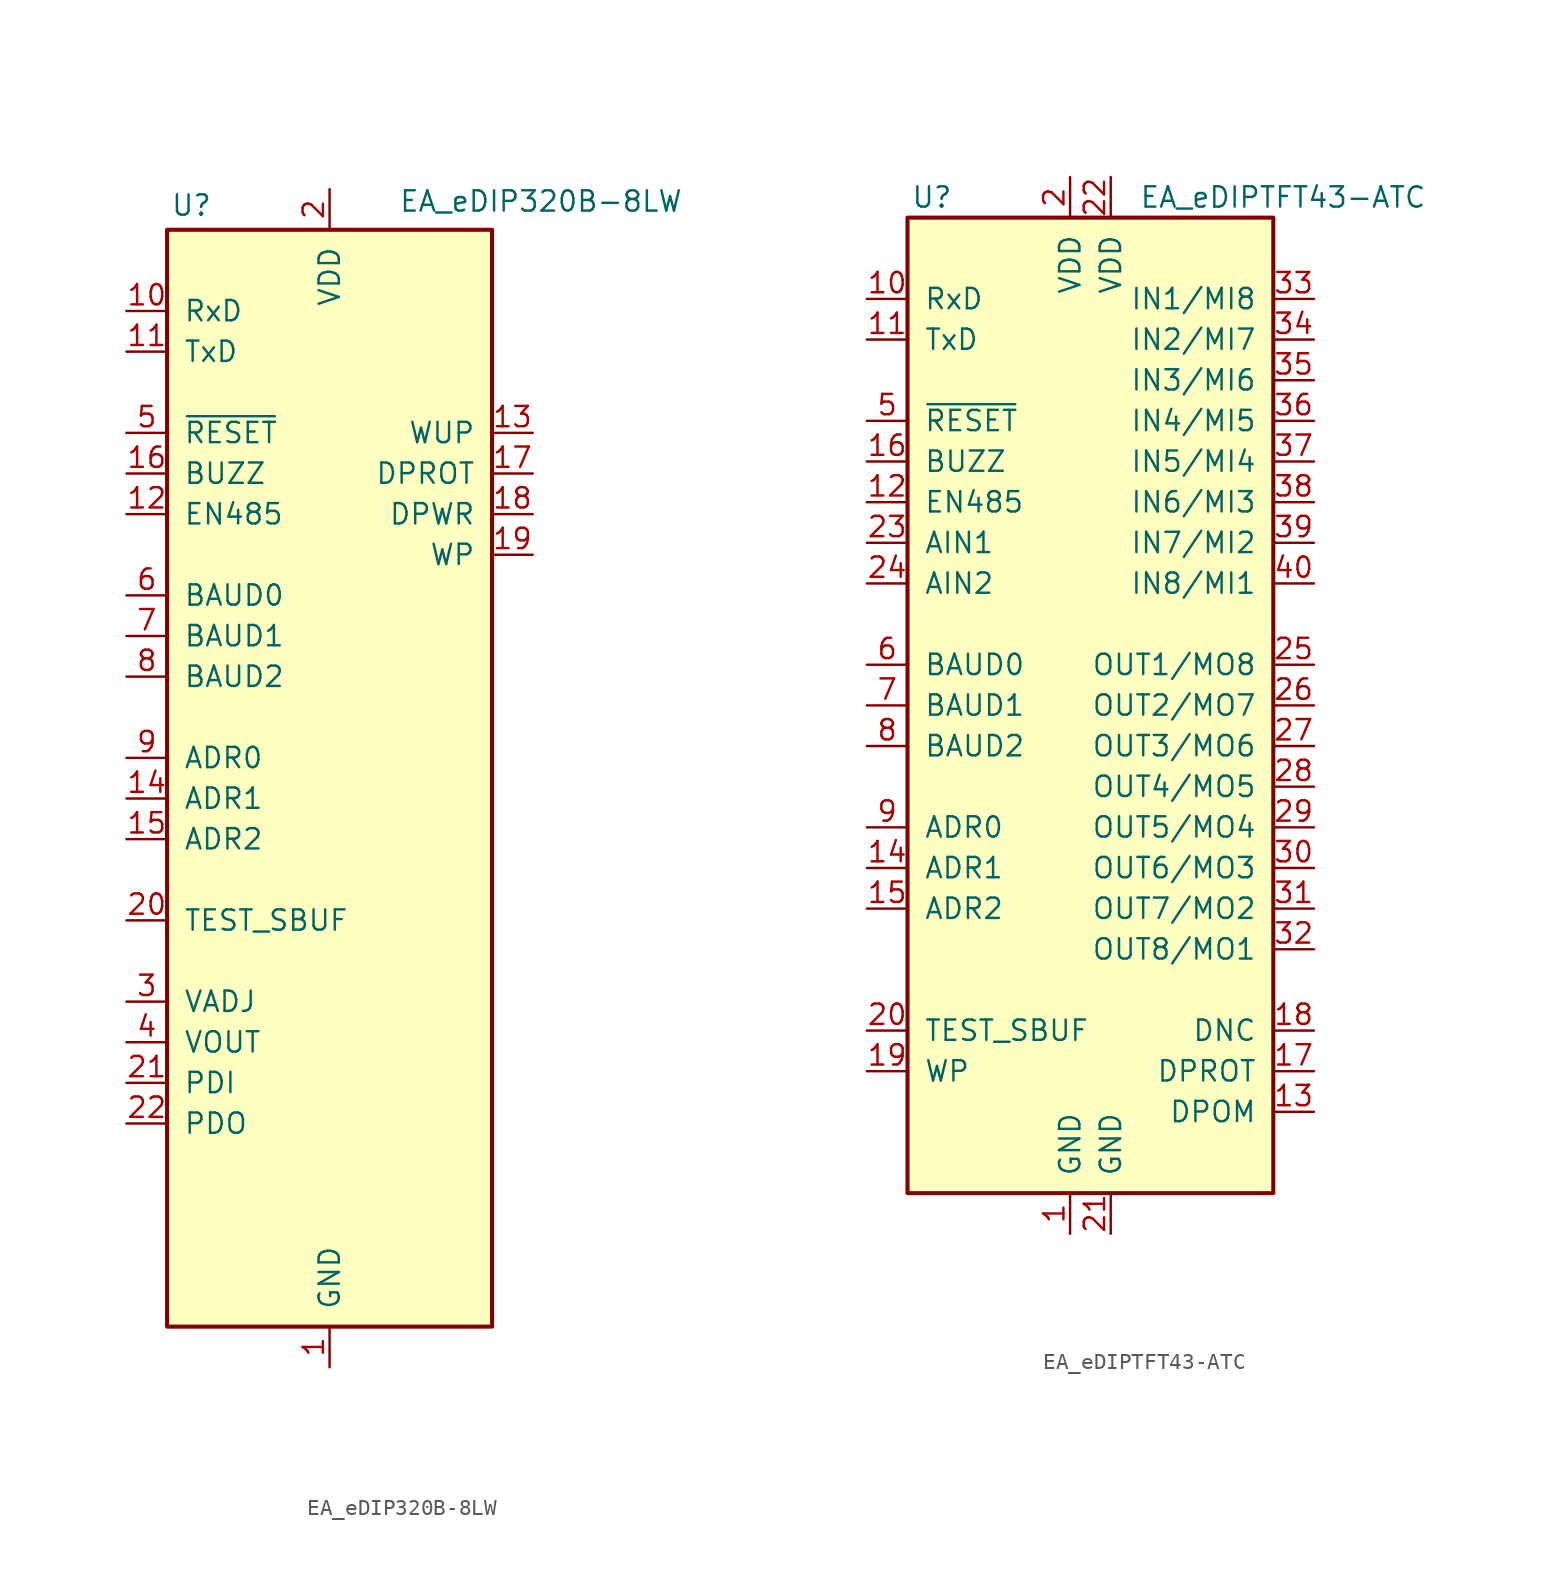
<source format=kicad_sym>
(kicad_symbol_lib
  (version 20201005)
  (generator kicad_symbol_editor)
  (symbol "EA_eDIP320B-8LW"
    (pin_names
      (offset 1.016))
    (property "Reference" "U"
      (at -8.636 29.464 0)
      (effects (font (size 1.27 1.27))))
    (property "Value" "EA_eDIP320B-8LW"
      (at 4.318 29.718 0)
      (effects (font (size 1.27 1.27)) (justify left)))
    (symbol "EA_eDIP320B-8LW_0_1"
      (rectangle (start -10.16 27.94) (end 10.16 -40.64) (stroke (width 0.254)) (fill (type background))))
    (symbol "EA_eDIP320B-8LW_1_1"
      (pin power_in line (at 0 -43.18 90) (length 2.54) (name "GND" (effects (font (size 1.27 1.27)))) (number "1" (effects (font (size 1.27 1.27)))))
      (pin input line (at -12.7 22.86 0) (length 2.54) (name "RxD" (effects (font (size 1.27 1.27)))) (number "10" (effects (font (size 1.27 1.27)))))
      (pin output line (at -12.7 20.32 0) (length 2.54) (name "TxD" (effects (font (size 1.27 1.27)))) (number "11" (effects (font (size 1.27 1.27)))))
      (pin output line (at -12.7 10.16 0) (length 2.54) (name "EN485" (effects (font (size 1.27 1.27)))) (number "12" (effects (font (size 1.27 1.27)))))
      (pin input line (at 12.7 15.24 180) (length 2.54) (name "WUP" (effects (font (size 1.27 1.27)))) (number "13" (effects (font (size 1.27 1.27)))))
      (pin input line (at -12.7 -7.62 0) (length 2.54) (name "ADR1" (effects (font (size 1.27 1.27)))) (number "14" (effects (font (size 1.27 1.27)))))
      (pin input line (at -12.7 -10.16 0) (length 2.54) (name "ADR2" (effects (font (size 1.27 1.27)))) (number "15" (effects (font (size 1.27 1.27)))))
      (pin output line (at -12.7 12.7 0) (length 2.54) (name "BUZZ" (effects (font (size 1.27 1.27)))) (number "16" (effects (font (size 1.27 1.27)))))
      (pin input line (at 12.7 12.7 180) (length 2.54) (name "DPROT" (effects (font (size 1.27 1.27)))) (number "17" (effects (font (size 1.27 1.27)))))
      (pin output line (at 12.7 10.16 180) (length 2.54) (name "DPWR" (effects (font (size 1.27 1.27)))) (number "18" (effects (font (size 1.27 1.27)))))
      (pin input line (at 12.7 7.62 180) (length 2.54) (name "WP" (effects (font (size 1.27 1.27)))) (number "19" (effects (font (size 1.27 1.27)))))
      (pin power_in line (at 0 30.48 270) (length 2.54) (name "VDD" (effects (font (size 1.27 1.27)))) (number "2" (effects (font (size 1.27 1.27)))))
      (pin open_collector line (at -12.7 -15.24 0) (length 2.54) (name "TEST_SBUF" (effects (font (size 1.27 1.27)))) (number "20" (effects (font (size 1.27 1.27)))))
      (pin input line (at -12.7 -25.4 0) (length 2.54) (name "PDI" (effects (font (size 1.27 1.27)))) (number "21" (effects (font (size 1.27 1.27)))))
      (pin output line (at -12.7 -27.94 0) (length 2.54) (name "PDO" (effects (font (size 1.27 1.27)))) (number "22" (effects (font (size 1.27 1.27)))))
      (pin no_connect line (at -10.16 -30.48 0) (length 2.54) hide (name "NC" (effects (font (size 1.27 1.27)))) (number "23" (effects (font (size 1.27 1.27)))))
      (pin no_connect line (at -10.16 -33.02 0) (length 2.54) hide (name "NC" (effects (font (size 1.27 1.27)))) (number "24" (effects (font (size 1.27 1.27)))))
      (pin no_connect line (at -10.16 -35.56 0) (length 2.54) hide (name "NC" (effects (font (size 1.27 1.27)))) (number "25" (effects (font (size 1.27 1.27)))))
      (pin no_connect line (at -10.16 -38.1 0) (length 2.54) hide (name "NC" (effects (font (size 1.27 1.27)))) (number "26" (effects (font (size 1.27 1.27)))))
      (pin no_connect line (at 10.16 25.4 180) (length 2.54) hide (name "NC" (effects (font (size 1.27 1.27)))) (number "27" (effects (font (size 1.27 1.27)))))
      (pin no_connect line (at 10.16 22.86 180) (length 2.54) hide (name "NC" (effects (font (size 1.27 1.27)))) (number "28" (effects (font (size 1.27 1.27)))))
      (pin no_connect line (at 10.16 20.32 180) (length 2.54) hide (name "NC" (effects (font (size 1.27 1.27)))) (number "29" (effects (font (size 1.27 1.27)))))
      (pin input line (at -12.7 -20.32 0) (length 2.54) (name "VADJ" (effects (font (size 1.27 1.27)))) (number "3" (effects (font (size 1.27 1.27)))))
      (pin no_connect line (at 10.16 17.78 180) (length 2.54) hide (name "NC" (effects (font (size 1.27 1.27)))) (number "30" (effects (font (size 1.27 1.27)))))
      (pin no_connect line (at 10.16 5.08 180) (length 2.54) hide (name "NC" (effects (font (size 1.27 1.27)))) (number "31" (effects (font (size 1.27 1.27)))))
      (pin no_connect line (at 10.16 2.54 180) (length 2.54) hide (name "NC" (effects (font (size 1.27 1.27)))) (number "32" (effects (font (size 1.27 1.27)))))
      (pin no_connect line (at 10.16 0 180) (length 2.54) hide (name "NC" (effects (font (size 1.27 1.27)))) (number "33" (effects (font (size 1.27 1.27)))))
      (pin no_connect line (at 10.16 -2.54 180) (length 2.54) hide (name "NC" (effects (font (size 1.27 1.27)))) (number "34" (effects (font (size 1.27 1.27)))))
      (pin no_connect line (at 10.16 -5.08 180) (length 2.54) hide (name "NC" (effects (font (size 1.27 1.27)))) (number "35" (effects (font (size 1.27 1.27)))))
      (pin no_connect line (at 10.16 -7.62 180) (length 2.54) hide (name "NC" (effects (font (size 1.27 1.27)))) (number "36" (effects (font (size 1.27 1.27)))))
      (pin no_connect line (at 10.16 -10.16 180) (length 2.54) hide (name "NC" (effects (font (size 1.27 1.27)))) (number "37" (effects (font (size 1.27 1.27)))))
      (pin no_connect line (at 10.16 -12.7 180) (length 2.54) hide (name "NC" (effects (font (size 1.27 1.27)))) (number "38" (effects (font (size 1.27 1.27)))))
      (pin no_connect line (at 10.16 -15.24 180) (length 2.54) hide (name "NC" (effects (font (size 1.27 1.27)))) (number "39" (effects (font (size 1.27 1.27)))))
      (pin output line (at -12.7 -22.86 0) (length 2.54) (name "VOUT" (effects (font (size 1.27 1.27)))) (number "4" (effects (font (size 1.27 1.27)))))
      (pin no_connect line (at 10.16 -17.78 180) (length 2.54) hide (name "NC" (effects (font (size 1.27 1.27)))) (number "40" (effects (font (size 1.27 1.27)))))
      (pin no_connect line (at 10.16 -20.32 180) (length 2.54) hide (name "NC" (effects (font (size 1.27 1.27)))) (number "41" (effects (font (size 1.27 1.27)))))
      (pin no_connect line (at 10.16 -22.86 180) (length 2.54) hide (name "NC" (effects (font (size 1.27 1.27)))) (number "42" (effects (font (size 1.27 1.27)))))
      (pin no_connect line (at 10.16 -25.4 180) (length 2.54) hide (name "NC" (effects (font (size 1.27 1.27)))) (number "43" (effects (font (size 1.27 1.27)))))
      (pin no_connect line (at 10.16 -27.94 180) (length 2.54) hide (name "NC" (effects (font (size 1.27 1.27)))) (number "44" (effects (font (size 1.27 1.27)))))
      (pin no_connect line (at 10.16 -30.48 180) (length 2.54) hide (name "NC" (effects (font (size 1.27 1.27)))) (number "45" (effects (font (size 1.27 1.27)))))
      (pin no_connect line (at 10.16 -33.02 180) (length 2.54) hide (name "NC" (effects (font (size 1.27 1.27)))) (number "46" (effects (font (size 1.27 1.27)))))
      (pin no_connect line (at 10.16 -35.56 180) (length 2.54) hide (name "NC" (effects (font (size 1.27 1.27)))) (number "47" (effects (font (size 1.27 1.27)))))
      (pin input line (at -12.7 15.24 0) (length 2.54) (name "~RESET" (effects (font (size 1.27 1.27)))) (number "5" (effects (font (size 1.27 1.27)))))
      (pin input line (at -12.7 5.08 0) (length 2.54) (name "BAUD0" (effects (font (size 1.27 1.27)))) (number "6" (effects (font (size 1.27 1.27)))))
      (pin input line (at -12.7 2.54 0) (length 2.54) (name "BAUD1" (effects (font (size 1.27 1.27)))) (number "7" (effects (font (size 1.27 1.27)))))
      (pin no_connect line (at 10.16 -38.1 180) (length 2.54) hide (name "NC" (effects (font (size 1.27 1.27)))) (number "78" (effects (font (size 1.27 1.27)))))
      (pin input line (at -12.7 0 0) (length 2.54) (name "BAUD2" (effects (font (size 1.27 1.27)))) (number "8" (effects (font (size 1.27 1.27)))))
      (pin input line (at -12.7 -5.08 0) (length 2.54) (name "ADR0" (effects (font (size 1.27 1.27)))) (number "9" (effects (font (size 1.27 1.27)))))))
  (symbol "EA_eDIPTFT43-ATC"
    (pin_names
      (offset 1.016))
    (property "Reference" "U"
      (at -11.176 31.75 0)
      (effects (font (size 1.27 1.27))))
    (property "Value" "EA_eDIPTFT43-ATC"
      (at 1.778 31.75 0)
      (effects (font (size 1.27 1.27)) (justify left)))
    (symbol "EA_eDIPTFT43-ATC_0_1"
      (rectangle (start -12.7 30.48) (end 10.16 -30.48) (stroke (width 0.254)) (fill (type background))))
    (symbol "EA_eDIPTFT43-ATC_1_1"
      (pin power_in line (at -2.54 -33.02 90) (length 2.54) (name "GND" (effects (font (size 1.27 1.27)))) (number "1" (effects (font (size 1.27 1.27)))))
      (pin input line (at -15.24 25.4 0) (length 2.54) (name "RxD" (effects (font (size 1.27 1.27)))) (number "10" (effects (font (size 1.27 1.27)))))
      (pin output line (at -15.24 22.86 0) (length 2.54) (name "TxD" (effects (font (size 1.27 1.27)))) (number "11" (effects (font (size 1.27 1.27)))))
      (pin output line (at -15.24 12.7 0) (length 2.54) (name "EN485" (effects (font (size 1.27 1.27)))) (number "12" (effects (font (size 1.27 1.27)))))
      (pin input line (at 12.7 -25.4 180) (length 2.54) (name "DPOM" (effects (font (size 1.27 1.27)))) (number "13" (effects (font (size 1.27 1.27)))))
      (pin input line (at -15.24 -10.16 0) (length 2.54) (name "ADR1" (effects (font (size 1.27 1.27)))) (number "14" (effects (font (size 1.27 1.27)))))
      (pin input line (at -15.24 -12.7 0) (length 2.54) (name "ADR2" (effects (font (size 1.27 1.27)))) (number "15" (effects (font (size 1.27 1.27)))))
      (pin output line (at -15.24 15.24 0) (length 2.54) (name "BUZZ" (effects (font (size 1.27 1.27)))) (number "16" (effects (font (size 1.27 1.27)))))
      (pin input line (at 12.7 -22.86 180) (length 2.54) (name "DPROT" (effects (font (size 1.27 1.27)))) (number "17" (effects (font (size 1.27 1.27)))))
      (pin output line (at 12.7 -20.32 180) (length 2.54) (name "DNC" (effects (font (size 1.27 1.27)))) (number "18" (effects (font (size 1.27 1.27)))))
      (pin input line (at -15.24 -22.86 0) (length 2.54) (name "WP" (effects (font (size 1.27 1.27)))) (number "19" (effects (font (size 1.27 1.27)))))
      (pin power_in line (at -2.54 33.02 270) (length 2.54) (name "VDD" (effects (font (size 1.27 1.27)))) (number "2" (effects (font (size 1.27 1.27)))))
      (pin bidirectional line (at -15.24 -20.32 0) (length 2.54) (name "TEST_SBUF" (effects (font (size 1.27 1.27)))) (number "20" (effects (font (size 1.27 1.27)))))
      (pin power_in line (at 0 -33.02 90) (length 2.54) (name "GND" (effects (font (size 1.27 1.27)))) (number "21" (effects (font (size 1.27 1.27)))))
      (pin power_in line (at 0 33.02 270) (length 2.54) (name "VDD" (effects (font (size 1.27 1.27)))) (number "22" (effects (font (size 1.27 1.27)))))
      (pin input line (at -15.24 10.16 0) (length 2.54) (name "AIN1" (effects (font (size 1.27 1.27)))) (number "23" (effects (font (size 1.27 1.27)))))
      (pin input line (at -15.24 7.62 0) (length 2.54) (name "AIN2" (effects (font (size 1.27 1.27)))) (number "24" (effects (font (size 1.27 1.27)))))
      (pin output line (at 12.7 2.54 180) (length 2.54) (name "OUT1/MO8" (effects (font (size 1.27 1.27)))) (number "25" (effects (font (size 1.27 1.27)))))
      (pin output line (at 12.7 0 180) (length 2.54) (name "OUT2/MO7" (effects (font (size 1.27 1.27)))) (number "26" (effects (font (size 1.27 1.27)))))
      (pin output line (at 12.7 -2.54 180) (length 2.54) (name "OUT3/MO6" (effects (font (size 1.27 1.27)))) (number "27" (effects (font (size 1.27 1.27)))))
      (pin output line (at 12.7 -5.08 180) (length 2.54) (name "OUT4/MO5" (effects (font (size 1.27 1.27)))) (number "28" (effects (font (size 1.27 1.27)))))
      (pin output line (at 12.7 -7.62 180) (length 2.54) (name "OUT5/MO4" (effects (font (size 1.27 1.27)))) (number "29" (effects (font (size 1.27 1.27)))))
      (pin no_connect line (at 12.7 -27.94 180) (length 2.54) hide (name "NC" (effects (font (size 1.27 1.27)))) (number "3" (effects (font (size 1.27 1.27)))))
      (pin output line (at 12.7 -10.16 180) (length 2.54) (name "OUT6/MO3" (effects (font (size 1.27 1.27)))) (number "30" (effects (font (size 1.27 1.27)))))
      (pin output line (at 12.7 -12.7 180) (length 2.54) (name "OUT7/MO2" (effects (font (size 1.27 1.27)))) (number "31" (effects (font (size 1.27 1.27)))))
      (pin output line (at 12.7 -15.24 180) (length 2.54) (name "OUT8/MO1" (effects (font (size 1.27 1.27)))) (number "32" (effects (font (size 1.27 1.27)))))
      (pin input line (at 12.7 25.4 180) (length 2.54) (name "IN1/MI8" (effects (font (size 1.27 1.27)))) (number "33" (effects (font (size 1.27 1.27)))))
      (pin input line (at 12.7 22.86 180) (length 2.54) (name "IN2/MI7" (effects (font (size 1.27 1.27)))) (number "34" (effects (font (size 1.27 1.27)))))
      (pin input line (at 12.7 20.32 180) (length 2.54) (name "IN3/MI6" (effects (font (size 1.27 1.27)))) (number "35" (effects (font (size 1.27 1.27)))))
      (pin input line (at 12.7 17.78 180) (length 2.54) (name "IN4/MI5" (effects (font (size 1.27 1.27)))) (number "36" (effects (font (size 1.27 1.27)))))
      (pin input line (at 12.7 15.24 180) (length 2.54) (name "IN5/MI4" (effects (font (size 1.27 1.27)))) (number "37" (effects (font (size 1.27 1.27)))))
      (pin input line (at 12.7 12.7 180) (length 2.54) (name "IN6/MI3" (effects (font (size 1.27 1.27)))) (number "38" (effects (font (size 1.27 1.27)))))
      (pin input line (at 12.7 10.16 180) (length 2.54) (name "IN7/MI2" (effects (font (size 1.27 1.27)))) (number "39" (effects (font (size 1.27 1.27)))))
      (pin no_connect line (at -15.24 -27.94 0) (length 2.54) hide (name "NC" (effects (font (size 1.27 1.27)))) (number "4" (effects (font (size 1.27 1.27)))))
      (pin input line (at 12.7 7.62 180) (length 2.54) (name "IN8/MI1" (effects (font (size 1.27 1.27)))) (number "40" (effects (font (size 1.27 1.27)))))
      (pin input line (at -15.24 17.78 0) (length 2.54) (name "~RESET" (effects (font (size 1.27 1.27)))) (number "5" (effects (font (size 1.27 1.27)))))
      (pin input line (at -15.24 2.54 0) (length 2.54) (name "BAUD0" (effects (font (size 1.27 1.27)))) (number "6" (effects (font (size 1.27 1.27)))))
      (pin input line (at -15.24 0 0) (length 2.54) (name "BAUD1" (effects (font (size 1.27 1.27)))) (number "7" (effects (font (size 1.27 1.27)))))
      (pin input line (at -15.24 -2.54 0) (length 2.54) (name "BAUD2" (effects (font (size 1.27 1.27)))) (number "8" (effects (font (size 1.27 1.27)))))
      (pin input line (at -15.24 -7.62 0) (length 2.54) (name "ADR0" (effects (font (size 1.27 1.27)))) (number "9" (effects (font (size 1.27 1.27))))))))
</source>
